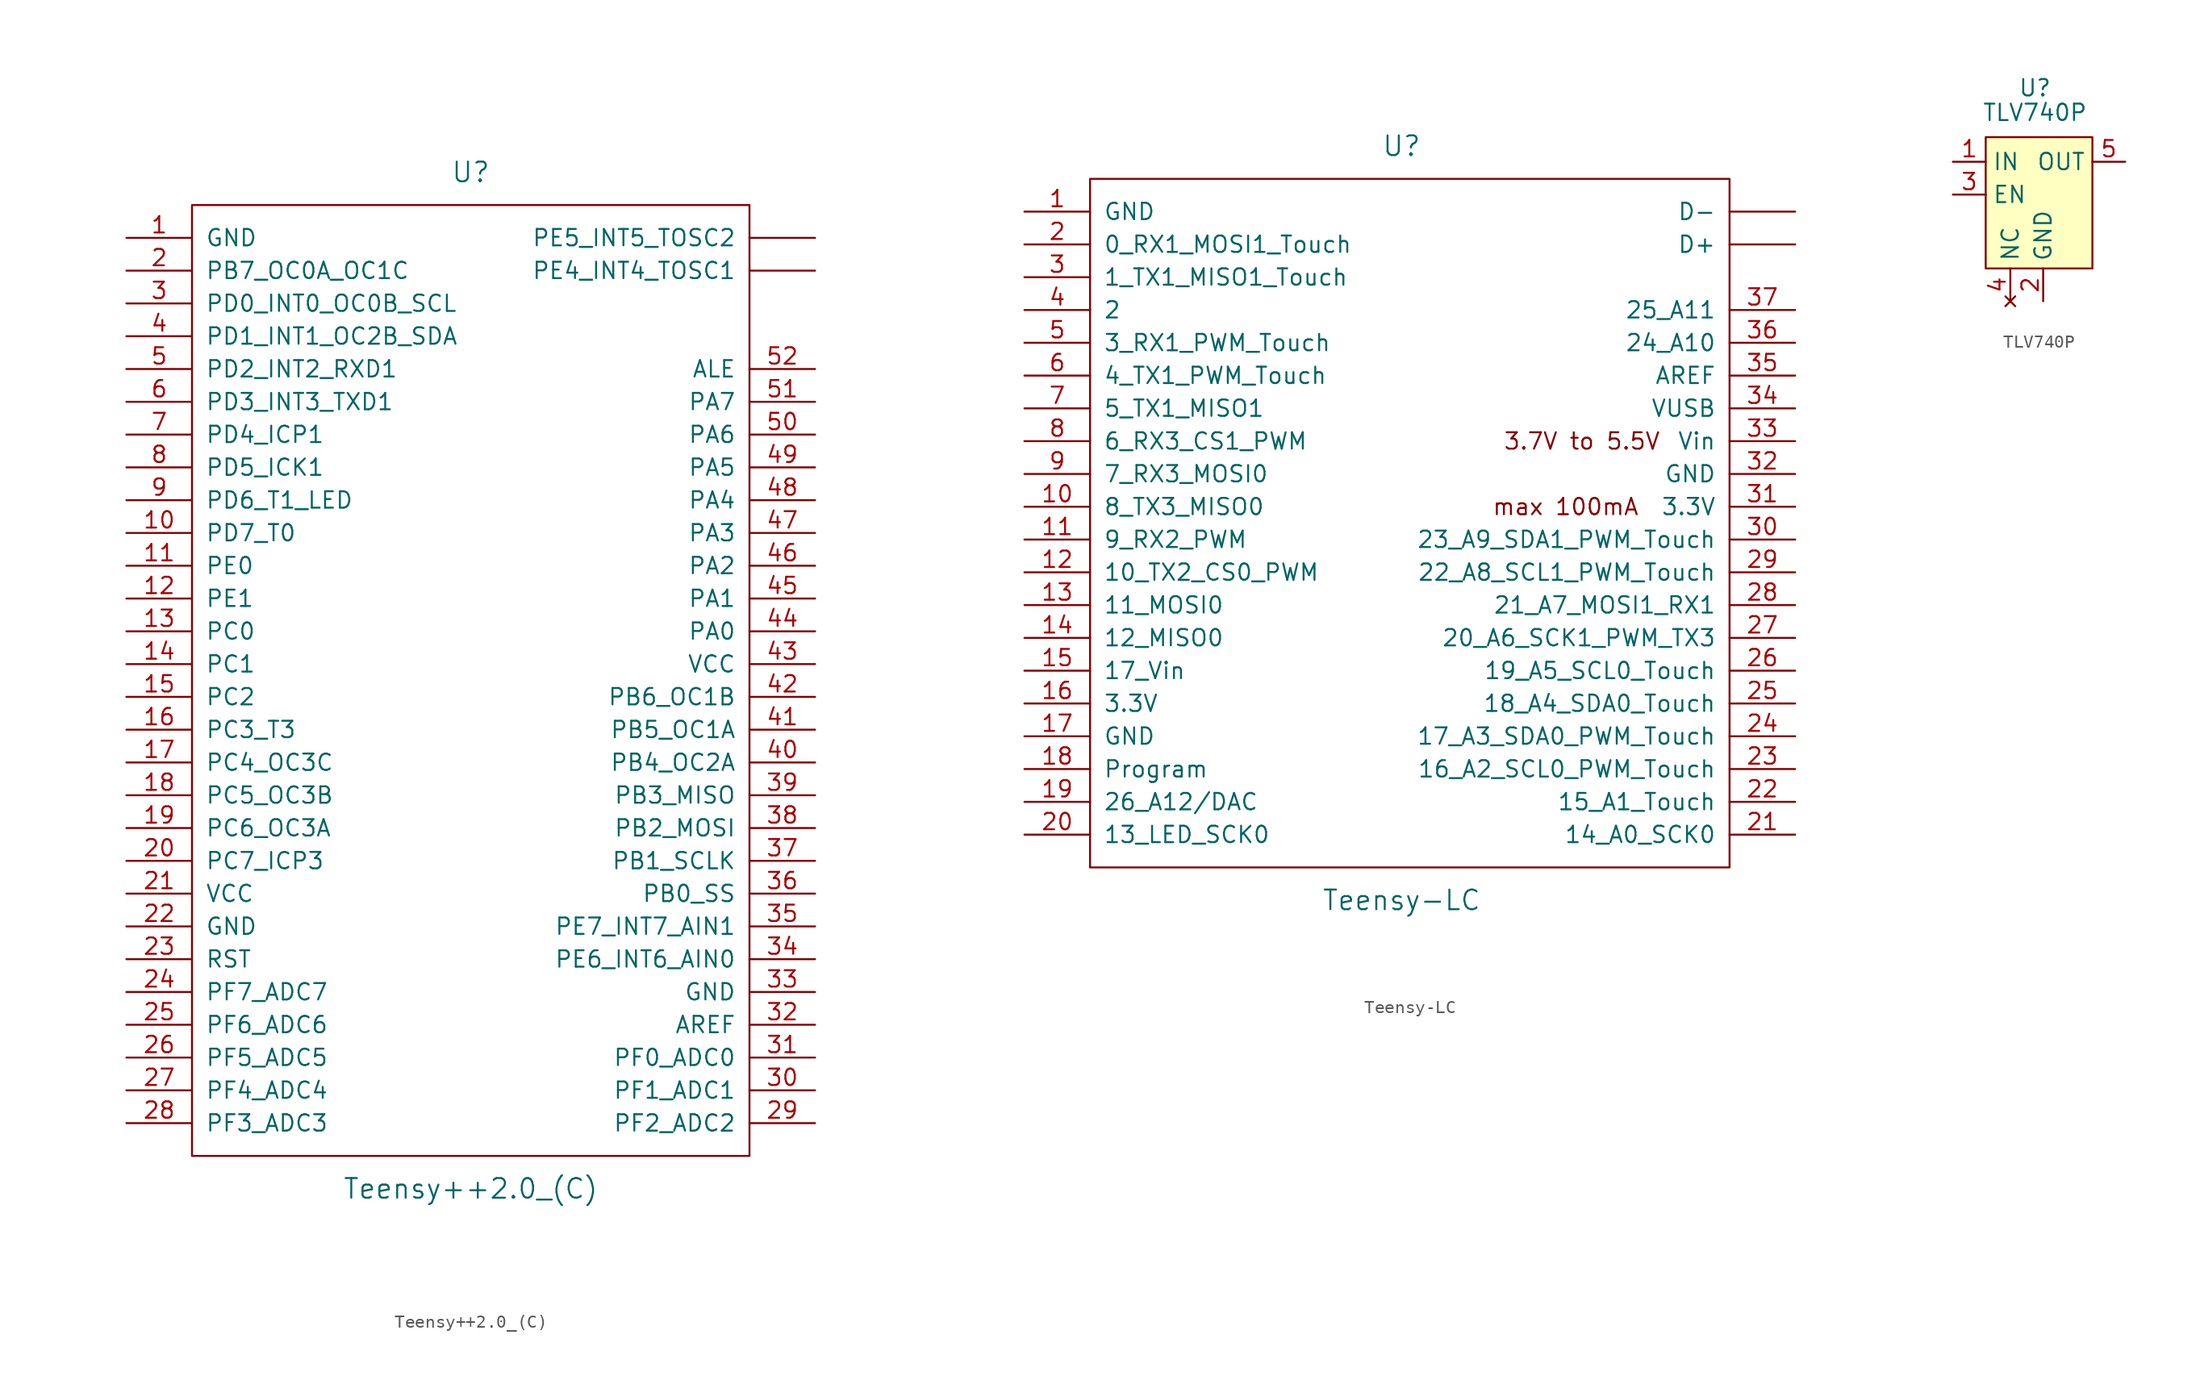
<source format=kicad_sym>
(kicad_symbol_lib
  (version 20201005)
  (generator kicad_symbol_editor)
  (symbol "teensy:Teensy++2.0_(C)"
    (pin_names
      (offset 1.016))
    (property "Reference" "U"
      (at 0 39.37 0)
      (effects (font (size 1.524 1.524))))
    (property "Value" "Teensy++2.0_(C)"
      (at 0 -39.37 0)
      (effects (font (size 1.524 1.524))))
    (property "Footprint" ""
      (at 2.54 -21.59 0)
      (effects (font (size 1.524 1.524))))
    (property "Datasheet" ""
      (at 2.54 -21.59 0)
      (effects (font (size 1.524 1.524))))
    (symbol "Teensy++2.0_(C)_0_1"
      (rectangle (start -21.59 36.83) (end 21.59 -36.83) (stroke (width 0)) (fill (type none))))
    (symbol "Teensy++2.0_(C)_1_1"
      (pin power_in line (at -26.67 34.29 0) (length 5.08) (name "GND" (effects (font (size 1.27 1.27)))) (number "1" (effects (font (size 1.27 1.27)))))
      (pin bidirectional line (at -26.67 11.43 0) (length 5.08) (name "PD7_T0" (effects (font (size 1.27 1.27)))) (number "10" (effects (font (size 1.27 1.27)))))
      (pin bidirectional line (at -26.67 8.89 0) (length 5.08) (name "PE0" (effects (font (size 1.27 1.27)))) (number "11" (effects (font (size 1.27 1.27)))))
      (pin bidirectional line (at -26.67 6.35 0) (length 5.08) (name "PE1" (effects (font (size 1.27 1.27)))) (number "12" (effects (font (size 1.27 1.27)))))
      (pin bidirectional line (at -26.67 3.81 0) (length 5.08) (name "PC0" (effects (font (size 1.27 1.27)))) (number "13" (effects (font (size 1.27 1.27)))))
      (pin bidirectional line (at -26.67 1.27 0) (length 5.08) (name "PC1" (effects (font (size 1.27 1.27)))) (number "14" (effects (font (size 1.27 1.27)))))
      (pin bidirectional line (at -26.67 -1.27 0) (length 5.08) (name "PC2" (effects (font (size 1.27 1.27)))) (number "15" (effects (font (size 1.27 1.27)))))
      (pin bidirectional line (at -26.67 -3.81 0) (length 5.08) (name "PC3_T3" (effects (font (size 1.27 1.27)))) (number "16" (effects (font (size 1.27 1.27)))))
      (pin bidirectional line (at -26.67 -6.35 0) (length 5.08) (name "PC4_OC3C" (effects (font (size 1.27 1.27)))) (number "17" (effects (font (size 1.27 1.27)))))
      (pin bidirectional line (at -26.67 -8.89 0) (length 5.08) (name "PC5_OC3B" (effects (font (size 1.27 1.27)))) (number "18" (effects (font (size 1.27 1.27)))))
      (pin bidirectional line (at -26.67 -11.43 0) (length 5.08) (name "PC6_OC3A" (effects (font (size 1.27 1.27)))) (number "19" (effects (font (size 1.27 1.27)))))
      (pin bidirectional line (at -26.67 31.75 0) (length 5.08) (name "PB7_OC0A_OC1C" (effects (font (size 1.27 1.27)))) (number "2" (effects (font (size 1.27 1.27)))))
      (pin bidirectional line (at -26.67 -13.97 0) (length 5.08) (name "PC7_ICP3" (effects (font (size 1.27 1.27)))) (number "20" (effects (font (size 1.27 1.27)))))
      (pin power_in line (at -26.67 -16.51 0) (length 5.08) (name "VCC" (effects (font (size 1.27 1.27)))) (number "21" (effects (font (size 1.27 1.27)))))
      (pin power_in line (at -26.67 -19.05 0) (length 5.08) (name "GND" (effects (font (size 1.27 1.27)))) (number "22" (effects (font (size 1.27 1.27)))))
      (pin input line (at -26.67 -21.59 0) (length 5.08) (name "RST" (effects (font (size 1.27 1.27)))) (number "23" (effects (font (size 1.27 1.27)))))
      (pin bidirectional line (at -26.67 -24.13 0) (length 5.08) (name "PF7_ADC7" (effects (font (size 1.27 1.27)))) (number "24" (effects (font (size 1.27 1.27)))))
      (pin bidirectional line (at -26.67 -26.67 0) (length 5.08) (name "PF6_ADC6" (effects (font (size 1.27 1.27)))) (number "25" (effects (font (size 1.27 1.27)))))
      (pin bidirectional line (at -26.67 -29.21 0) (length 5.08) (name "PF5_ADC5" (effects (font (size 1.27 1.27)))) (number "26" (effects (font (size 1.27 1.27)))))
      (pin bidirectional line (at -26.67 -31.75 0) (length 5.08) (name "PF4_ADC4" (effects (font (size 1.27 1.27)))) (number "27" (effects (font (size 1.27 1.27)))))
      (pin bidirectional line (at -26.67 -34.29 0) (length 5.08) (name "PF3_ADC3" (effects (font (size 1.27 1.27)))) (number "28" (effects (font (size 1.27 1.27)))))
      (pin bidirectional line (at 26.67 -34.29 180) (length 5.08) (name "PF2_ADC2" (effects (font (size 1.27 1.27)))) (number "29" (effects (font (size 1.27 1.27)))))
      (pin bidirectional line (at -26.67 29.21 0) (length 5.08) (name "PD0_INT0_OC0B_SCL" (effects (font (size 1.27 1.27)))) (number "3" (effects (font (size 1.27 1.27)))))
      (pin bidirectional line (at 26.67 -31.75 180) (length 5.08) (name "PF1_ADC1" (effects (font (size 1.27 1.27)))) (number "30" (effects (font (size 1.27 1.27)))))
      (pin bidirectional line (at 26.67 -29.21 180) (length 5.08) (name "PF0_ADC0" (effects (font (size 1.27 1.27)))) (number "31" (effects (font (size 1.27 1.27)))))
      (pin input line (at 26.67 -26.67 180) (length 5.08) (name "AREF" (effects (font (size 1.27 1.27)))) (number "32" (effects (font (size 1.27 1.27)))))
      (pin power_in line (at 26.67 -24.13 180) (length 5.08) (name "GND" (effects (font (size 1.27 1.27)))) (number "33" (effects (font (size 1.27 1.27)))))
      (pin bidirectional line (at 26.67 -21.59 180) (length 5.08) (name "PE6_INT6_AIN0" (effects (font (size 1.27 1.27)))) (number "34" (effects (font (size 1.27 1.27)))))
      (pin bidirectional line (at 26.67 -19.05 180) (length 5.08) (name "PE7_INT7_AIN1" (effects (font (size 1.27 1.27)))) (number "35" (effects (font (size 1.27 1.27)))))
      (pin bidirectional line (at 26.67 -16.51 180) (length 5.08) (name "PB0_SS" (effects (font (size 1.27 1.27)))) (number "36" (effects (font (size 1.27 1.27)))))
      (pin bidirectional line (at 26.67 -13.97 180) (length 5.08) (name "PB1_SCLK" (effects (font (size 1.27 1.27)))) (number "37" (effects (font (size 1.27 1.27)))))
      (pin bidirectional line (at 26.67 -11.43 180) (length 5.08) (name "PB2_MOSI" (effects (font (size 1.27 1.27)))) (number "38" (effects (font (size 1.27 1.27)))))
      (pin bidirectional line (at 26.67 -8.89 180) (length 5.08) (name "PB3_MISO" (effects (font (size 1.27 1.27)))) (number "39" (effects (font (size 1.27 1.27)))))
      (pin bidirectional line (at -26.67 26.67 0) (length 5.08) (name "PD1_INT1_OC2B_SDA" (effects (font (size 1.27 1.27)))) (number "4" (effects (font (size 1.27 1.27)))))
      (pin bidirectional line (at 26.67 -6.35 180) (length 5.08) (name "PB4_OC2A" (effects (font (size 1.27 1.27)))) (number "40" (effects (font (size 1.27 1.27)))))
      (pin bidirectional line (at 26.67 -3.81 180) (length 5.08) (name "PB5_OC1A" (effects (font (size 1.27 1.27)))) (number "41" (effects (font (size 1.27 1.27)))))
      (pin bidirectional line (at 26.67 -1.27 180) (length 5.08) (name "PB6_OC1B" (effects (font (size 1.27 1.27)))) (number "42" (effects (font (size 1.27 1.27)))))
      (pin power_in line (at 26.67 1.27 180) (length 5.08) (name "VCC" (effects (font (size 1.27 1.27)))) (number "43" (effects (font (size 1.27 1.27)))))
      (pin bidirectional line (at 26.67 3.81 180) (length 5.08) (name "PA0" (effects (font (size 1.27 1.27)))) (number "44" (effects (font (size 1.27 1.27)))))
      (pin bidirectional line (at 26.67 6.35 180) (length 5.08) (name "PA1" (effects (font (size 1.27 1.27)))) (number "45" (effects (font (size 1.27 1.27)))))
      (pin bidirectional line (at 26.67 8.89 180) (length 5.08) (name "PA2" (effects (font (size 1.27 1.27)))) (number "46" (effects (font (size 1.27 1.27)))))
      (pin bidirectional line (at 26.67 11.43 180) (length 5.08) (name "PA3" (effects (font (size 1.27 1.27)))) (number "47" (effects (font (size 1.27 1.27)))))
      (pin bidirectional line (at 26.67 13.97 180) (length 5.08) (name "PA4" (effects (font (size 1.27 1.27)))) (number "48" (effects (font (size 1.27 1.27)))))
      (pin bidirectional line (at 26.67 16.51 180) (length 5.08) (name "PA5" (effects (font (size 1.27 1.27)))) (number "49" (effects (font (size 1.27 1.27)))))
      (pin bidirectional line (at -26.67 24.13 0) (length 5.08) (name "PD2_INT2_RXD1" (effects (font (size 1.27 1.27)))) (number "5" (effects (font (size 1.27 1.27)))))
      (pin bidirectional line (at 26.67 19.05 180) (length 5.08) (name "PA6" (effects (font (size 1.27 1.27)))) (number "50" (effects (font (size 1.27 1.27)))))
      (pin bidirectional line (at 26.67 21.59 180) (length 5.08) (name "PA7" (effects (font (size 1.27 1.27)))) (number "51" (effects (font (size 1.27 1.27)))))
      (pin input line (at 26.67 24.13 180) (length 5.08) (name "ALE" (effects (font (size 1.27 1.27)))) (number "52" (effects (font (size 1.27 1.27)))))
      (pin bidirectional line (at -26.67 21.59 0) (length 5.08) (name "PD3_INT3_TXD1" (effects (font (size 1.27 1.27)))) (number "6" (effects (font (size 1.27 1.27)))))
      (pin bidirectional line (at -26.67 19.05 0) (length 5.08) (name "PD4_ICP1" (effects (font (size 1.27 1.27)))) (number "7" (effects (font (size 1.27 1.27)))))
      (pin bidirectional line (at -26.67 16.51 0) (length 5.08) (name "PD5_ICK1" (effects (font (size 1.27 1.27)))) (number "8" (effects (font (size 1.27 1.27)))))
      (pin bidirectional line (at -26.67 13.97 0) (length 5.08) (name "PD6_T1_LED" (effects (font (size 1.27 1.27)))) (number "9" (effects (font (size 1.27 1.27)))))
      (pin bidirectional line (at 26.67 31.75 180) (length 5.08) (name "PE4_INT4_TOSC1" (effects (font (size 1.27 1.27)))) (number "~" (effects (font (size 1.27 1.27)))))
      (pin bidirectional line (at 26.67 34.29 180) (length 5.08) (name "PE5_INT5_TOSC2" (effects (font (size 1.27 1.27)))) (number "~" (effects (font (size 1.27 1.27)))))))
  (symbol "teensy:Teensy-LC"
    (pin_names
      (offset 1.016))
    (property "Reference" "U"
      (at 0 29.21 0)
      (effects (font (size 1.524 1.524))))
    (property "Value" "Teensy-LC"
      (at 0 -29.21 0)
      (effects (font (size 1.524 1.524))))
    (property "Footprint" ""
      (at 0 -13.97 0)
      (effects (font (size 1.524 1.524))))
    (property "Datasheet" ""
      (at 0 -13.97 0)
      (effects (font (size 1.524 1.524))))
    (symbol "Teensy-LC_0_0"
      (text "3.7V to 5.5V" (at 13.97 6.35 0) (effects (font (size 1.27 1.27))))
      (text "max 100mA" (at 12.7 1.27 0) (effects (font (size 1.27 1.27)))))
    (symbol "Teensy-LC_0_1"
      (rectangle (start -24.13 26.67) (end 25.4 -26.67) (stroke (width 0)) (fill (type none))))
    (symbol "Teensy-LC_1_1"
      (pin power_in line (at -29.21 24.13 0) (length 5.08) (name "GND" (effects (font (size 1.27 1.27)))) (number "1" (effects (font (size 1.27 1.27)))))
      (pin bidirectional line (at -29.21 1.27 0) (length 5.08) (name "8_TX3_MISO0" (effects (font (size 1.27 1.27)))) (number "10" (effects (font (size 1.27 1.27)))))
      (pin bidirectional line (at -29.21 -1.27 0) (length 5.08) (name "9_RX2_PWM" (effects (font (size 1.27 1.27)))) (number "11" (effects (font (size 1.27 1.27)))))
      (pin bidirectional line (at -29.21 -3.81 0) (length 5.08) (name "10_TX2_CS0_PWM" (effects (font (size 1.27 1.27)))) (number "12" (effects (font (size 1.27 1.27)))))
      (pin bidirectional line (at -29.21 -6.35 0) (length 5.08) (name "11_MOSI0" (effects (font (size 1.27 1.27)))) (number "13" (effects (font (size 1.27 1.27)))))
      (pin bidirectional line (at -29.21 -8.89 0) (length 5.08) (name "12_MISO0" (effects (font (size 1.27 1.27)))) (number "14" (effects (font (size 1.27 1.27)))))
      (pin output line (at -29.21 -11.43 0) (length 5.08) (name "17_Vin" (effects (font (size 1.27 1.27)))) (number "15" (effects (font (size 1.27 1.27)))))
      (pin power_in line (at -29.21 -13.97 0) (length 5.08) (name "3.3V" (effects (font (size 1.27 1.27)))) (number "16" (effects (font (size 1.27 1.27)))))
      (pin power_in line (at -29.21 -16.51 0) (length 5.08) (name "GND" (effects (font (size 1.27 1.27)))) (number "17" (effects (font (size 1.27 1.27)))))
      (pin input line (at -29.21 -19.05 0) (length 5.08) (name "Program" (effects (font (size 1.27 1.27)))) (number "18" (effects (font (size 1.27 1.27)))))
      (pin bidirectional line (at -29.21 -21.59 0) (length 5.08) (name "26_A12/DAC" (effects (font (size 1.27 1.27)))) (number "19" (effects (font (size 1.27 1.27)))))
      (pin bidirectional line (at -29.21 21.59 0) (length 5.08) (name "0_RX1_MOSI1_Touch" (effects (font (size 1.27 1.27)))) (number "2" (effects (font (size 1.27 1.27)))))
      (pin bidirectional line (at -29.21 -24.13 0) (length 5.08) (name "13_LED_SCK0" (effects (font (size 1.27 1.27)))) (number "20" (effects (font (size 1.27 1.27)))))
      (pin bidirectional line (at 30.48 -24.13 180) (length 5.08) (name "14_A0_SCK0" (effects (font (size 1.27 1.27)))) (number "21" (effects (font (size 1.27 1.27)))))
      (pin bidirectional line (at 30.48 -21.59 180) (length 5.08) (name "15_A1_Touch" (effects (font (size 1.27 1.27)))) (number "22" (effects (font (size 1.27 1.27)))))
      (pin bidirectional line (at 30.48 -19.05 180) (length 5.08) (name "16_A2_SCL0_PWM_Touch" (effects (font (size 1.27 1.27)))) (number "23" (effects (font (size 1.27 1.27)))))
      (pin bidirectional line (at 30.48 -16.51 180) (length 5.08) (name "17_A3_SDA0_PWM_Touch" (effects (font (size 1.27 1.27)))) (number "24" (effects (font (size 1.27 1.27)))))
      (pin bidirectional line (at 30.48 -13.97 180) (length 5.08) (name "18_A4_SDA0_Touch" (effects (font (size 1.27 1.27)))) (number "25" (effects (font (size 1.27 1.27)))))
      (pin bidirectional line (at 30.48 -11.43 180) (length 5.08) (name "19_A5_SCL0_Touch" (effects (font (size 1.27 1.27)))) (number "26" (effects (font (size 1.27 1.27)))))
      (pin bidirectional line (at 30.48 -8.89 180) (length 5.08) (name "20_A6_SCK1_PWM_TX3" (effects (font (size 1.27 1.27)))) (number "27" (effects (font (size 1.27 1.27)))))
      (pin bidirectional line (at 30.48 -6.35 180) (length 5.08) (name "21_A7_MOSI1_RX1" (effects (font (size 1.27 1.27)))) (number "28" (effects (font (size 1.27 1.27)))))
      (pin bidirectional line (at 30.48 -3.81 180) (length 5.08) (name "22_A8_SCL1_PWM_Touch" (effects (font (size 1.27 1.27)))) (number "29" (effects (font (size 1.27 1.27)))))
      (pin bidirectional line (at -29.21 19.05 0) (length 5.08) (name "1_TX1_MISO1_Touch" (effects (font (size 1.27 1.27)))) (number "3" (effects (font (size 1.27 1.27)))))
      (pin bidirectional line (at 30.48 -1.27 180) (length 5.08) (name "23_A9_SDA1_PWM_Touch" (effects (font (size 1.27 1.27)))) (number "30" (effects (font (size 1.27 1.27)))))
      (pin power_out line (at 30.48 1.27 180) (length 5.08) (name "3.3V" (effects (font (size 1.27 1.27)))) (number "31" (effects (font (size 1.27 1.27)))))
      (pin power_in line (at 30.48 3.81 180) (length 5.08) (name "GND" (effects (font (size 1.27 1.27)))) (number "32" (effects (font (size 1.27 1.27)))))
      (pin power_in line (at 30.48 6.35 180) (length 5.08) (name "Vin" (effects (font (size 1.27 1.27)))) (number "33" (effects (font (size 1.27 1.27)))))
      (pin power_in line (at 30.48 8.89 180) (length 5.08) (name "VUSB" (effects (font (size 1.27 1.27)))) (number "34" (effects (font (size 1.27 1.27)))))
      (pin input line (at 30.48 11.43 180) (length 5.08) (name "AREF" (effects (font (size 1.27 1.27)))) (number "35" (effects (font (size 1.27 1.27)))))
      (pin bidirectional line (at 30.48 13.97 180) (length 5.08) (name "24_A10" (effects (font (size 1.27 1.27)))) (number "36" (effects (font (size 1.27 1.27)))))
      (pin bidirectional line (at 30.48 16.51 180) (length 5.08) (name "25_A11" (effects (font (size 1.27 1.27)))) (number "37" (effects (font (size 1.27 1.27)))))
      (pin bidirectional line (at -29.21 16.51 0) (length 5.08) (name "2" (effects (font (size 1.27 1.27)))) (number "4" (effects (font (size 1.27 1.27)))))
      (pin bidirectional line (at -29.21 13.97 0) (length 5.08) (name "3_RX1_PWM_Touch" (effects (font (size 1.27 1.27)))) (number "5" (effects (font (size 1.27 1.27)))))
      (pin bidirectional line (at -29.21 11.43 0) (length 5.08) (name "4_TX1_PWM_Touch" (effects (font (size 1.27 1.27)))) (number "6" (effects (font (size 1.27 1.27)))))
      (pin bidirectional line (at -29.21 8.89 0) (length 5.08) (name "5_TX1_MISO1" (effects (font (size 1.27 1.27)))) (number "7" (effects (font (size 1.27 1.27)))))
      (pin bidirectional line (at -29.21 6.35 0) (length 5.08) (name "6_RX3_CS1_PWM" (effects (font (size 1.27 1.27)))) (number "8" (effects (font (size 1.27 1.27)))))
      (pin bidirectional line (at -29.21 3.81 0) (length 5.08) (name "7_RX3_MOSI0" (effects (font (size 1.27 1.27)))) (number "9" (effects (font (size 1.27 1.27)))))
      (pin bidirectional line (at 30.48 21.59 180) (length 5.08) (name "D+" (effects (font (size 1.27 1.27)))) (number "~" (effects (font (size 1.27 1.27)))))
      (pin bidirectional line (at 30.48 24.13 180) (length 5.08) (name "D-" (effects (font (size 1.27 1.27)))) (number "~" (effects (font (size 1.27 1.27)))))))
  (symbol "teensy:TLV740P"
    (property "Reference" "U"
      (at -1.27 10.795 0)
      (effects (font (size 1.27 1.27))))
    (property "Value" "TLV740P"
      (at -1.27 8.89 0)
      (effects (font (size 1.27 1.27))))
    (symbol "TLV740P_0_0"
      (pin power_in line (at -7.62 5.08 0) (length 2.54) (name "IN" (effects (font (size 1.27 1.27)))) (number "1" (effects (font (size 1.27 1.27)))))
      (pin power_in line (at -0.635 -5.715 90) (length 2.54) (name "GND" (effects (font (size 1.27 1.27)))) (number "2" (effects (font (size 1.27 1.27)))))
      (pin input line (at -7.62 2.54 0) (length 2.54) (name "EN" (effects (font (size 1.27 1.27)))) (number "3" (effects (font (size 1.27 1.27)))))
      (pin no_connect line (at -3.175 -5.715 90) (length 2.54) (name "NC" (effects (font (size 1.27 1.27)))) (number "4" (effects (font (size 1.27 1.27)))))
      (pin power_out line (at 5.715 5.08 180) (length 2.54) (name "OUT" (effects (font (size 1.27 1.27)))) (number "5" (effects (font (size 1.27 1.27))))))
    (symbol "TLV740P_0_1"
      (rectangle (start -5.08 6.985) (end 3.175 -3.175) (stroke (width 0.152)) (fill (type background))))))
</source>
